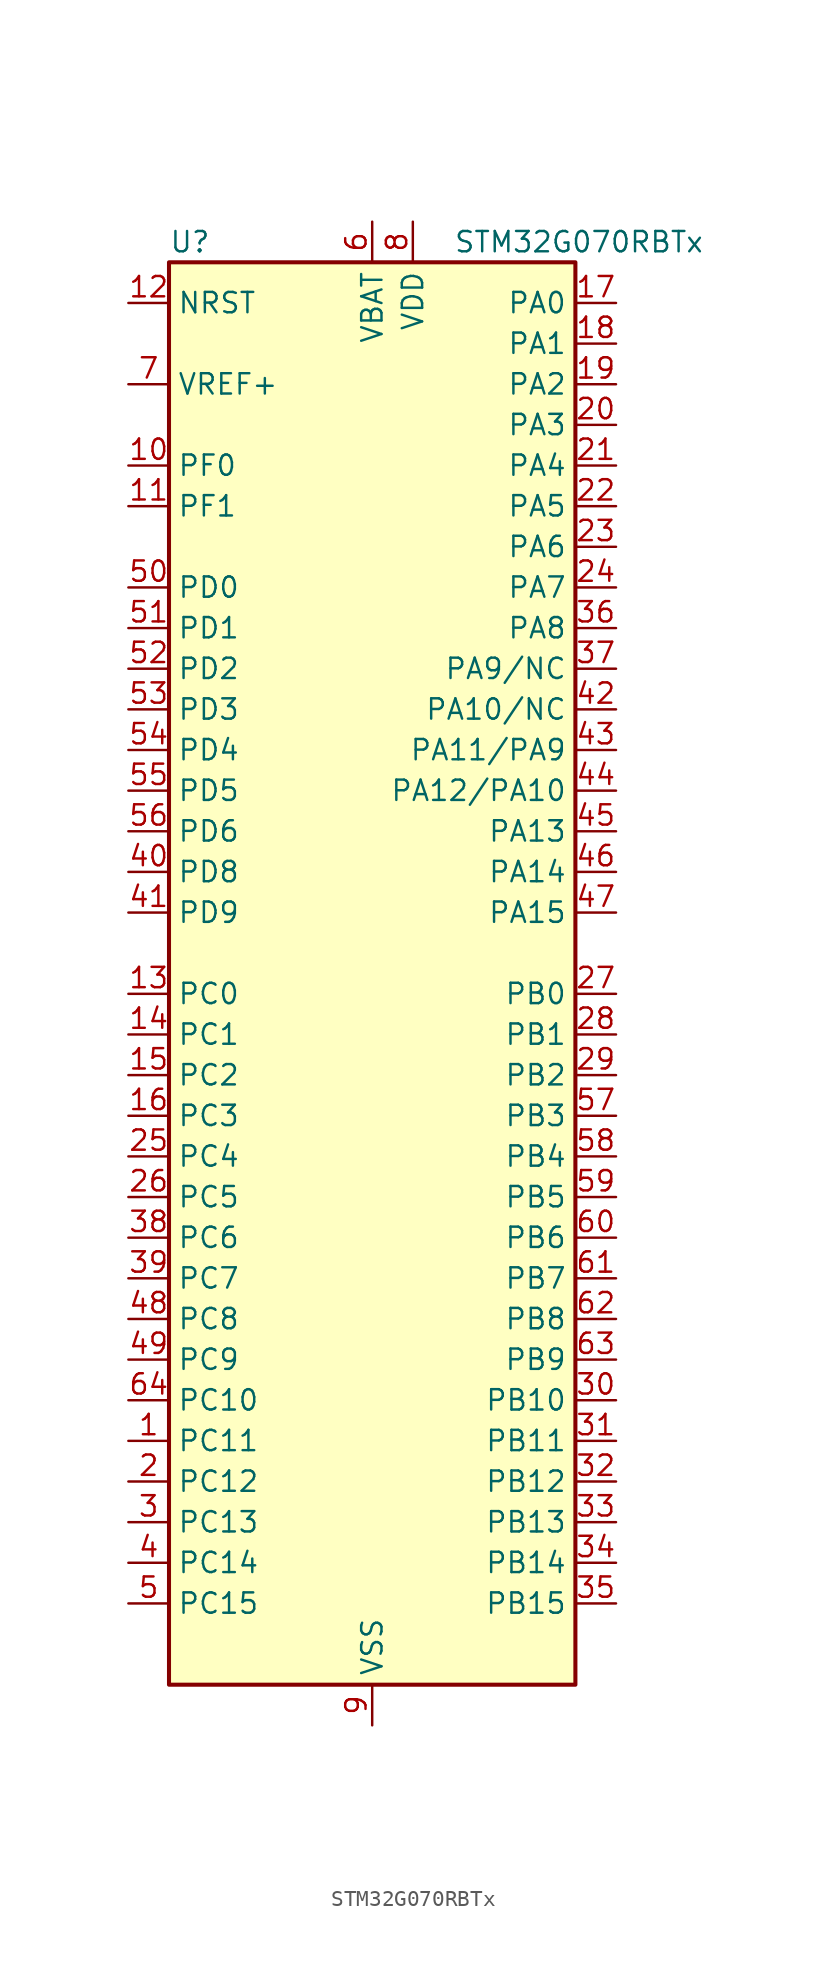
<source format=kicad_sym>
(kicad_symbol_lib
  (version 20211014)
  (generator kicad-library-utils)
  (symbol "STM32G070RBTx"
    (property "Reference" "U"
      (at -12.7 46.99 0)
      (effects (font (size 1.27 1.27)) (justify left)))
    (property "Value" "STM32G070RBTx"
      (at 5.08 46.99 0)
      (effects (font (size 1.27 1.27)) (justify left)))
    (property "ki_fp_filters" "LQFP*10x10mm*P0.5mm*"
      (at 0.0 0.0 0.0)
      (effects (font (size 1.27 1.27))))
    (symbol "STM32G070RBTx_0_1"
      (rectangle (start -12.7 -43.18) (end 12.7 45.72) (stroke (width 0.254)) (fill (type background))))
    (symbol "STM32G070RBTx_1_1"
      (pin input line (at -15.24 43.18 0) (length 2.54) (name "NRST" (effects (font (size 1.27 1.27)))) (number "12" (effects (font (size 1.27 1.27)))))
      (pin input line (at -15.24 38.1 0) (length 2.54) (name "VREF+" (effects (font (size 1.27 1.27)))) (number "7" (effects (font (size 1.27 1.27)))))
      (pin bidirectional line (at -15.24 33.02 0) (length 2.54) (name "PF0" (effects (font (size 1.27 1.27)))) (number "10" (effects (font (size 1.27 1.27)))) (alternate "RCC_OSC_IN" bidirectional line) (alternate "TIM14_CH1" bidirectional line))
      (pin bidirectional line (at -15.24 30.48 0) (length 2.54) (name "PF1" (effects (font (size 1.27 1.27)))) (number "11" (effects (font (size 1.27 1.27)))) (alternate "RCC_OSC_EN" bidirectional line) (alternate "RCC_OSC_OUT" bidirectional line) (alternate "TIM15_CH1N" bidirectional line))
      (pin bidirectional line (at -15.24 25.4 0) (length 2.54) (name "PD0" (effects (font (size 1.27 1.27)))) (number "50" (effects (font (size 1.27 1.27)))) (alternate "SPI2_NSS" bidirectional line) (alternate "TIM16_CH1" bidirectional line))
      (pin bidirectional line (at -15.24 22.86 0) (length 2.54) (name "PD1" (effects (font (size 1.27 1.27)))) (number "51" (effects (font (size 1.27 1.27)))) (alternate "SPI2_SCK" bidirectional line) (alternate "TIM17_CH1" bidirectional line))
      (pin bidirectional line (at -15.24 20.32 0) (length 2.54) (name "PD2" (effects (font (size 1.27 1.27)))) (number "52" (effects (font (size 1.27 1.27)))) (alternate "TIM1_CH1N" bidirectional line) (alternate "TIM3_ETR" bidirectional line) (alternate "USART3_CK" bidirectional line) (alternate "USART3_DE" bidirectional line) (alternate "USART3_RTS" bidirectional line))
      (pin bidirectional line (at -15.24 17.78 0) (length 2.54) (name "PD3" (effects (font (size 1.27 1.27)))) (number "53" (effects (font (size 1.27 1.27)))) (alternate "SPI2_MISO" bidirectional line) (alternate "TIM1_CH2N" bidirectional line) (alternate "USART2_CTS" bidirectional line) (alternate "USART2_NSS" bidirectional line))
      (pin bidirectional line (at -15.24 15.24 0) (length 2.54) (name "PD4" (effects (font (size 1.27 1.27)))) (number "54" (effects (font (size 1.27 1.27)))) (alternate "SPI2_MOSI" bidirectional line) (alternate "TIM1_CH3N" bidirectional line) (alternate "USART2_CK" bidirectional line) (alternate "USART2_DE" bidirectional line) (alternate "USART2_RTS" bidirectional line))
      (pin bidirectional line (at -15.24 12.7 0) (length 2.54) (name "PD5" (effects (font (size 1.27 1.27)))) (number "55" (effects (font (size 1.27 1.27)))) (alternate "I2S1_MCK" bidirectional line) (alternate "SPI1_MISO" bidirectional line) (alternate "TIM1_BK" bidirectional line) (alternate "USART2_TX" bidirectional line))
      (pin bidirectional line (at -15.24 10.16 0) (length 2.54) (name "PD6" (effects (font (size 1.27 1.27)))) (number "56" (effects (font (size 1.27 1.27)))) (alternate "I2S1_SD" bidirectional line) (alternate "SPI1_MOSI" bidirectional line) (alternate "USART2_RX" bidirectional line))
      (pin bidirectional line (at -15.24 7.62 0) (length 2.54) (name "PD8" (effects (font (size 1.27 1.27)))) (number "40" (effects (font (size 1.27 1.27)))) (alternate "I2S1_CK" bidirectional line) (alternate "SPI1_SCK" bidirectional line) (alternate "USART3_TX" bidirectional line))
      (pin bidirectional line (at -15.24 5.08 0) (length 2.54) (name "PD9" (effects (font (size 1.27 1.27)))) (number "41" (effects (font (size 1.27 1.27)))) (alternate "I2S1_WS" bidirectional line) (alternate "SPI1_NSS" bidirectional line) (alternate "TIM1_BK2" bidirectional line) (alternate "USART3_RX" bidirectional line))
      (pin bidirectional line (at -15.24 0.0 0) (length 2.54) (name "PC0" (effects (font (size 1.27 1.27)))) (number "13" (effects (font (size 1.27 1.27)))))
      (pin bidirectional line (at -15.24 -2.54 0) (length 2.54) (name "PC1" (effects (font (size 1.27 1.27)))) (number "14" (effects (font (size 1.27 1.27)))) (alternate "TIM15_CH1" bidirectional line))
      (pin bidirectional line (at -15.24 -5.08 0) (length 2.54) (name "PC2" (effects (font (size 1.27 1.27)))) (number "15" (effects (font (size 1.27 1.27)))) (alternate "SPI2_MISO" bidirectional line) (alternate "TIM15_CH2" bidirectional line))
      (pin bidirectional line (at -15.24 -7.62 0) (length 2.54) (name "PC3" (effects (font (size 1.27 1.27)))) (number "16" (effects (font (size 1.27 1.27)))) (alternate "SPI2_MOSI" bidirectional line))
      (pin bidirectional line (at -15.24 -10.16 0) (length 2.54) (name "PC4" (effects (font (size 1.27 1.27)))) (number "25" (effects (font (size 1.27 1.27)))) (alternate "ADC1_IN17" bidirectional line) (alternate "USART1_TX" bidirectional line) (alternate "USART3_TX" bidirectional line))
      (pin bidirectional line (at -15.24 -12.7 0) (length 2.54) (name "PC5" (effects (font (size 1.27 1.27)))) (number "26" (effects (font (size 1.27 1.27)))) (alternate "ADC1_IN18" bidirectional line) (alternate "SYS_WKUP5" bidirectional line) (alternate "USART1_RX" bidirectional line) (alternate "USART3_RX" bidirectional line))
      (pin bidirectional line (at -15.24 -15.24 0) (length 2.54) (name "PC6" (effects (font (size 1.27 1.27)))) (number "38" (effects (font (size 1.27 1.27)))) (alternate "TIM3_CH1" bidirectional line))
      (pin bidirectional line (at -15.24 -17.78 0) (length 2.54) (name "PC7" (effects (font (size 1.27 1.27)))) (number "39" (effects (font (size 1.27 1.27)))) (alternate "TIM3_CH2" bidirectional line))
      (pin bidirectional line (at -15.24 -20.32 0) (length 2.54) (name "PC8" (effects (font (size 1.27 1.27)))) (number "48" (effects (font (size 1.27 1.27)))) (alternate "TIM1_CH1" bidirectional line) (alternate "TIM3_CH3" bidirectional line))
      (pin bidirectional line (at -15.24 -22.86 0) (length 2.54) (name "PC9" (effects (font (size 1.27 1.27)))) (number "49" (effects (font (size 1.27 1.27)))) (alternate "I2S_CKIN" bidirectional line) (alternate "TIM1_CH2" bidirectional line) (alternate "TIM3_CH4" bidirectional line))
      (pin bidirectional line (at -15.24 -25.4 0) (length 2.54) (name "PC10" (effects (font (size 1.27 1.27)))) (number "64" (effects (font (size 1.27 1.27)))) (alternate "TIM1_CH3" bidirectional line) (alternate "USART3_TX" bidirectional line) (alternate "USART4_TX" bidirectional line))
      (pin bidirectional line (at -15.24 -27.94 0) (length 2.54) (name "PC11" (effects (font (size 1.27 1.27)))) (number "1" (effects (font (size 1.27 1.27)))) (alternate "ADC1_EXTI11" bidirectional line) (alternate "TIM1_CH4" bidirectional line) (alternate "USART3_RX" bidirectional line) (alternate "USART4_RX" bidirectional line))
      (pin bidirectional line (at -15.24 -30.48 0) (length 2.54) (name "PC12" (effects (font (size 1.27 1.27)))) (number "2" (effects (font (size 1.27 1.27)))) (alternate "TIM14_CH1" bidirectional line))
      (pin bidirectional line (at -15.24 -33.02 0) (length 2.54) (name "PC13" (effects (font (size 1.27 1.27)))) (number "3" (effects (font (size 1.27 1.27)))) (alternate "RTC_OUT_ALARM" bidirectional line) (alternate "RTC_OUT_CALIB" bidirectional line) (alternate "RTC_TAMP_IN1" bidirectional line) (alternate "RTC_TS" bidirectional line) (alternate "SYS_WKUP2" bidirectional line) (alternate "TIM1_BK" bidirectional line))
      (pin bidirectional line (at -15.24 -35.56 0) (length 2.54) (name "PC14" (effects (font (size 1.27 1.27)))) (number "4" (effects (font (size 1.27 1.27)))) (alternate "RCC_OSC32_IN" bidirectional line) (alternate "TIM1_BK2" bidirectional line))
      (pin bidirectional line (at -15.24 -38.1 0) (length 2.54) (name "PC15" (effects (font (size 1.27 1.27)))) (number "5" (effects (font (size 1.27 1.27)))) (alternate "RCC_OSC32_EN" bidirectional line) (alternate "RCC_OSC32_OUT" bidirectional line) (alternate "RCC_OSC_EN" bidirectional line) (alternate "TIM15_BK" bidirectional line))
      (pin bidirectional line (at 15.24 43.18 180) (length 2.54) (name "PA0" (effects (font (size 1.27 1.27)))) (number "17" (effects (font (size 1.27 1.27)))) (alternate "ADC1_IN0" bidirectional line) (alternate "RTC_TAMP_IN2" bidirectional line) (alternate "SPI2_SCK" bidirectional line) (alternate "SYS_WKUP1" bidirectional line) (alternate "USART2_CTS" bidirectional line) (alternate "USART2_NSS" bidirectional line) (alternate "USART4_TX" bidirectional line))
      (pin bidirectional line (at 15.24 40.64 180) (length 2.54) (name "PA1" (effects (font (size 1.27 1.27)))) (number "18" (effects (font (size 1.27 1.27)))) (alternate "ADC1_IN1" bidirectional line) (alternate "I2C1_SMBA" bidirectional line) (alternate "I2S1_CK" bidirectional line) (alternate "SPI1_SCK" bidirectional line) (alternate "TIM15_CH1N" bidirectional line) (alternate "USART2_CK" bidirectional line) (alternate "USART2_DE" bidirectional line) (alternate "USART2_RTS" bidirectional line) (alternate "USART4_RX" bidirectional line))
      (pin bidirectional line (at 15.24 38.1 180) (length 2.54) (name "PA2" (effects (font (size 1.27 1.27)))) (number "19" (effects (font (size 1.27 1.27)))) (alternate "ADC1_IN2" bidirectional line) (alternate "I2S1_SD" bidirectional line) (alternate "RCC_LSCO" bidirectional line) (alternate "SPI1_MOSI" bidirectional line) (alternate "SYS_WKUP4" bidirectional line) (alternate "TIM15_CH1" bidirectional line) (alternate "USART2_TX" bidirectional line))
      (pin bidirectional line (at 15.24 35.56 180) (length 2.54) (name "PA3" (effects (font (size 1.27 1.27)))) (number "20" (effects (font (size 1.27 1.27)))) (alternate "ADC1_IN3" bidirectional line) (alternate "SPI2_MISO" bidirectional line) (alternate "TIM15_CH2" bidirectional line) (alternate "USART2_RX" bidirectional line))
      (pin bidirectional line (at 15.24 33.02 180) (length 2.54) (name "PA4" (effects (font (size 1.27 1.27)))) (number "21" (effects (font (size 1.27 1.27)))) (alternate "ADC1_IN4" bidirectional line) (alternate "I2S1_WS" bidirectional line) (alternate "RTC_OUT_ALARM" bidirectional line) (alternate "RTC_OUT_CALIB" bidirectional line) (alternate "SPI1_NSS" bidirectional line) (alternate "SPI2_MOSI" bidirectional line) (alternate "TIM14_CH1" bidirectional line))
      (pin bidirectional line (at 15.24 30.48 180) (length 2.54) (name "PA5" (effects (font (size 1.27 1.27)))) (number "22" (effects (font (size 1.27 1.27)))) (alternate "ADC1_IN5" bidirectional line) (alternate "I2S1_CK" bidirectional line) (alternate "SPI1_SCK" bidirectional line) (alternate "USART3_TX" bidirectional line))
      (pin bidirectional line (at 15.24 27.94 180) (length 2.54) (name "PA6" (effects (font (size 1.27 1.27)))) (number "23" (effects (font (size 1.27 1.27)))) (alternate "ADC1_IN6" bidirectional line) (alternate "I2S1_MCK" bidirectional line) (alternate "SPI1_MISO" bidirectional line) (alternate "TIM16_CH1" bidirectional line) (alternate "TIM1_BK" bidirectional line) (alternate "TIM3_CH1" bidirectional line) (alternate "USART3_CTS" bidirectional line) (alternate "USART3_NSS" bidirectional line))
      (pin bidirectional line (at 15.24 25.4 180) (length 2.54) (name "PA7" (effects (font (size 1.27 1.27)))) (number "24" (effects (font (size 1.27 1.27)))) (alternate "ADC1_IN7" bidirectional line) (alternate "I2S1_SD" bidirectional line) (alternate "SPI1_MOSI" bidirectional line) (alternate "TIM14_CH1" bidirectional line) (alternate "TIM17_CH1" bidirectional line) (alternate "TIM1_CH1N" bidirectional line) (alternate "TIM3_CH2" bidirectional line))
      (pin bidirectional line (at 15.24 22.86 180) (length 2.54) (name "PA8" (effects (font (size 1.27 1.27)))) (number "36" (effects (font (size 1.27 1.27)))) (alternate "RCC_MCO" bidirectional line) (alternate "SPI2_NSS" bidirectional line) (alternate "TIM1_CH1" bidirectional line))
      (pin bidirectional line (at 15.24 20.32 180) (length 2.54) (name "PA9/NC" (effects (font (size 1.27 1.27)))) (number "37" (effects (font (size 1.27 1.27)))) (alternate "I2C1_SCL" bidirectional line) (alternate "RCC_MCO" bidirectional line) (alternate "SPI2_MISO" bidirectional line) (alternate "TIM15_BK" bidirectional line) (alternate "TIM1_CH2" bidirectional line) (alternate "USART1_TX" bidirectional line))
      (pin bidirectional line (at 15.24 17.78 180) (length 2.54) (name "PA10/NC" (effects (font (size 1.27 1.27)))) (number "42" (effects (font (size 1.27 1.27)))) (alternate "I2C1_SDA" bidirectional line) (alternate "SPI2_MOSI" bidirectional line) (alternate "TIM17_BK" bidirectional line) (alternate "TIM1_CH3" bidirectional line) (alternate "USART1_RX" bidirectional line))
      (pin bidirectional line (at 15.24 15.24 180) (length 2.54) (name "PA11/PA9" (effects (font (size 1.27 1.27)))) (number "43" (effects (font (size 1.27 1.27)))) (alternate "ADC1_EXTI11" bidirectional line) (alternate "I2C2_SCL" bidirectional line) (alternate "I2S1_MCK" bidirectional line) (alternate "SPI1_MISO" bidirectional line) (alternate "TIM1_BK2" bidirectional line) (alternate "TIM1_CH4" bidirectional line) (alternate "USART1_CTS" bidirectional line) (alternate "USART1_NSS" bidirectional line))
      (pin bidirectional line (at 15.24 12.7 180) (length 2.54) (name "PA12/PA10" (effects (font (size 1.27 1.27)))) (number "44" (effects (font (size 1.27 1.27)))) (alternate "I2C2_SDA" bidirectional line) (alternate "I2S1_SD" bidirectional line) (alternate "I2S_CKIN" bidirectional line) (alternate "SPI1_MOSI" bidirectional line) (alternate "TIM1_ETR" bidirectional line) (alternate "USART1_CK" bidirectional line) (alternate "USART1_DE" bidirectional line) (alternate "USART1_RTS" bidirectional line))
      (pin bidirectional line (at 15.24 10.16 180) (length 2.54) (name "PA13" (effects (font (size 1.27 1.27)))) (number "45" (effects (font (size 1.27 1.27)))) (alternate "IR_OUT" bidirectional line) (alternate "SYS_SWDIO" bidirectional line))
      (pin bidirectional line (at 15.24 7.62 180) (length 2.54) (name "PA14" (effects (font (size 1.27 1.27)))) (number "46" (effects (font (size 1.27 1.27)))) (alternate "SYS_SWCLK" bidirectional line) (alternate "USART2_TX" bidirectional line))
      (pin bidirectional line (at 15.24 5.08 180) (length 2.54) (name "PA15" (effects (font (size 1.27 1.27)))) (number "47" (effects (font (size 1.27 1.27)))) (alternate "I2S1_WS" bidirectional line) (alternate "SPI1_NSS" bidirectional line) (alternate "USART2_RX" bidirectional line) (alternate "USART3_CK" bidirectional line) (alternate "USART3_DE" bidirectional line) (alternate "USART3_RTS" bidirectional line) (alternate "USART4_CK" bidirectional line) (alternate "USART4_DE" bidirectional line) (alternate "USART4_RTS" bidirectional line))
      (pin bidirectional line (at 15.24 0.0 180) (length 2.54) (name "PB0" (effects (font (size 1.27 1.27)))) (number "27" (effects (font (size 1.27 1.27)))) (alternate "ADC1_IN8" bidirectional line) (alternate "I2S1_WS" bidirectional line) (alternate "SPI1_NSS" bidirectional line) (alternate "TIM1_CH2N" bidirectional line) (alternate "TIM3_CH3" bidirectional line) (alternate "USART3_RX" bidirectional line))
      (pin bidirectional line (at 15.24 -2.54 180) (length 2.54) (name "PB1" (effects (font (size 1.27 1.27)))) (number "28" (effects (font (size 1.27 1.27)))) (alternate "ADC1_IN9" bidirectional line) (alternate "TIM14_CH1" bidirectional line) (alternate "TIM1_CH3N" bidirectional line) (alternate "TIM3_CH4" bidirectional line) (alternate "USART3_CK" bidirectional line) (alternate "USART3_DE" bidirectional line) (alternate "USART3_RTS" bidirectional line))
      (pin bidirectional line (at 15.24 -5.08 180) (length 2.54) (name "PB2" (effects (font (size 1.27 1.27)))) (number "29" (effects (font (size 1.27 1.27)))) (alternate "ADC1_IN10" bidirectional line) (alternate "SPI2_MISO" bidirectional line) (alternate "USART3_TX" bidirectional line))
      (pin bidirectional line (at 15.24 -7.62 180) (length 2.54) (name "PB3" (effects (font (size 1.27 1.27)))) (number "57" (effects (font (size 1.27 1.27)))) (alternate "I2S1_CK" bidirectional line) (alternate "SPI1_SCK" bidirectional line) (alternate "TIM1_CH2" bidirectional line) (alternate "USART1_CK" bidirectional line) (alternate "USART1_DE" bidirectional line) (alternate "USART1_RTS" bidirectional line))
      (pin bidirectional line (at 15.24 -10.16 180) (length 2.54) (name "PB4" (effects (font (size 1.27 1.27)))) (number "58" (effects (font (size 1.27 1.27)))) (alternate "I2S1_MCK" bidirectional line) (alternate "SPI1_MISO" bidirectional line) (alternate "TIM17_BK" bidirectional line) (alternate "TIM3_CH1" bidirectional line) (alternate "USART1_CTS" bidirectional line) (alternate "USART1_NSS" bidirectional line))
      (pin bidirectional line (at 15.24 -12.7 180) (length 2.54) (name "PB5" (effects (font (size 1.27 1.27)))) (number "59" (effects (font (size 1.27 1.27)))) (alternate "I2C1_SMBA" bidirectional line) (alternate "I2S1_SD" bidirectional line) (alternate "SPI1_MOSI" bidirectional line) (alternate "SYS_WKUP6" bidirectional line) (alternate "TIM16_BK" bidirectional line) (alternate "TIM3_CH2" bidirectional line))
      (pin bidirectional line (at 15.24 -15.24 180) (length 2.54) (name "PB6" (effects (font (size 1.27 1.27)))) (number "60" (effects (font (size 1.27 1.27)))) (alternate "I2C1_SCL" bidirectional line) (alternate "SPI2_MISO" bidirectional line) (alternate "TIM16_CH1N" bidirectional line) (alternate "TIM1_CH3" bidirectional line) (alternate "USART1_TX" bidirectional line))
      (pin bidirectional line (at 15.24 -17.78 180) (length 2.54) (name "PB7" (effects (font (size 1.27 1.27)))) (number "61" (effects (font (size 1.27 1.27)))) (alternate "I2C1_SDA" bidirectional line) (alternate "SPI2_MOSI" bidirectional line) (alternate "TIM17_CH1N" bidirectional line) (alternate "USART1_RX" bidirectional line) (alternate "USART4_CTS" bidirectional line) (alternate "USART4_NSS" bidirectional line))
      (pin bidirectional line (at 15.24 -20.32 180) (length 2.54) (name "PB8" (effects (font (size 1.27 1.27)))) (number "62" (effects (font (size 1.27 1.27)))) (alternate "I2C1_SCL" bidirectional line) (alternate "SPI2_SCK" bidirectional line) (alternate "TIM15_BK" bidirectional line) (alternate "TIM16_CH1" bidirectional line) (alternate "USART3_TX" bidirectional line))
      (pin bidirectional line (at 15.24 -22.86 180) (length 2.54) (name "PB9" (effects (font (size 1.27 1.27)))) (number "63" (effects (font (size 1.27 1.27)))) (alternate "I2C1_SDA" bidirectional line) (alternate "IR_OUT" bidirectional line) (alternate "SPI2_NSS" bidirectional line) (alternate "TIM17_CH1" bidirectional line) (alternate "USART3_RX" bidirectional line))
      (pin bidirectional line (at 15.24 -25.4 180) (length 2.54) (name "PB10" (effects (font (size 1.27 1.27)))) (number "30" (effects (font (size 1.27 1.27)))) (alternate "ADC1_IN11" bidirectional line) (alternate "I2C2_SCL" bidirectional line) (alternate "SPI2_SCK" bidirectional line) (alternate "USART3_TX" bidirectional line))
      (pin bidirectional line (at 15.24 -27.94 180) (length 2.54) (name "PB11" (effects (font (size 1.27 1.27)))) (number "31" (effects (font (size 1.27 1.27)))) (alternate "ADC1_EXTI11" bidirectional line) (alternate "ADC1_IN15" bidirectional line) (alternate "I2C2_SDA" bidirectional line) (alternate "SPI2_MOSI" bidirectional line) (alternate "USART3_RX" bidirectional line))
      (pin bidirectional line (at 15.24 -30.48 180) (length 2.54) (name "PB12" (effects (font (size 1.27 1.27)))) (number "32" (effects (font (size 1.27 1.27)))) (alternate "ADC1_IN16" bidirectional line) (alternate "SPI2_NSS" bidirectional line) (alternate "TIM15_BK" bidirectional line) (alternate "TIM1_BK" bidirectional line))
      (pin bidirectional line (at 15.24 -33.02 180) (length 2.54) (name "PB13" (effects (font (size 1.27 1.27)))) (number "33" (effects (font (size 1.27 1.27)))) (alternate "I2C2_SCL" bidirectional line) (alternate "SPI2_SCK" bidirectional line) (alternate "TIM15_CH1N" bidirectional line) (alternate "TIM1_CH1N" bidirectional line) (alternate "USART3_CTS" bidirectional line) (alternate "USART3_NSS" bidirectional line))
      (pin bidirectional line (at 15.24 -35.56 180) (length 2.54) (name "PB14" (effects (font (size 1.27 1.27)))) (number "34" (effects (font (size 1.27 1.27)))) (alternate "I2C2_SDA" bidirectional line) (alternate "SPI2_MISO" bidirectional line) (alternate "TIM15_CH1" bidirectional line) (alternate "TIM1_CH2N" bidirectional line) (alternate "USART3_CK" bidirectional line) (alternate "USART3_DE" bidirectional line) (alternate "USART3_RTS" bidirectional line))
      (pin bidirectional line (at 15.24 -38.1 180) (length 2.54) (name "PB15" (effects (font (size 1.27 1.27)))) (number "35" (effects (font (size 1.27 1.27)))) (alternate "RTC_REFIN" bidirectional line) (alternate "SPI2_MOSI" bidirectional line) (alternate "TIM15_CH1N" bidirectional line) (alternate "TIM15_CH2" bidirectional line) (alternate "TIM1_CH3N" bidirectional line))
      (pin power_in line (at 0.0 48.26 270) (length 2.54) (name "VBAT" (effects (font (size 1.27 1.27)))) (number "6" (effects (font (size 1.27 1.27)))))
      (pin power_in line (at 2.54 48.26 270) (length 2.54) (name "VDD" (effects (font (size 1.27 1.27)))) (number "8" (effects (font (size 1.27 1.27)))))
      (pin power_in line (at 0.0 -45.72 90) (length 2.54) (name "VSS" (effects (font (size 1.27 1.27)))) (number "9" (effects (font (size 1.27 1.27))))))))
</source>
